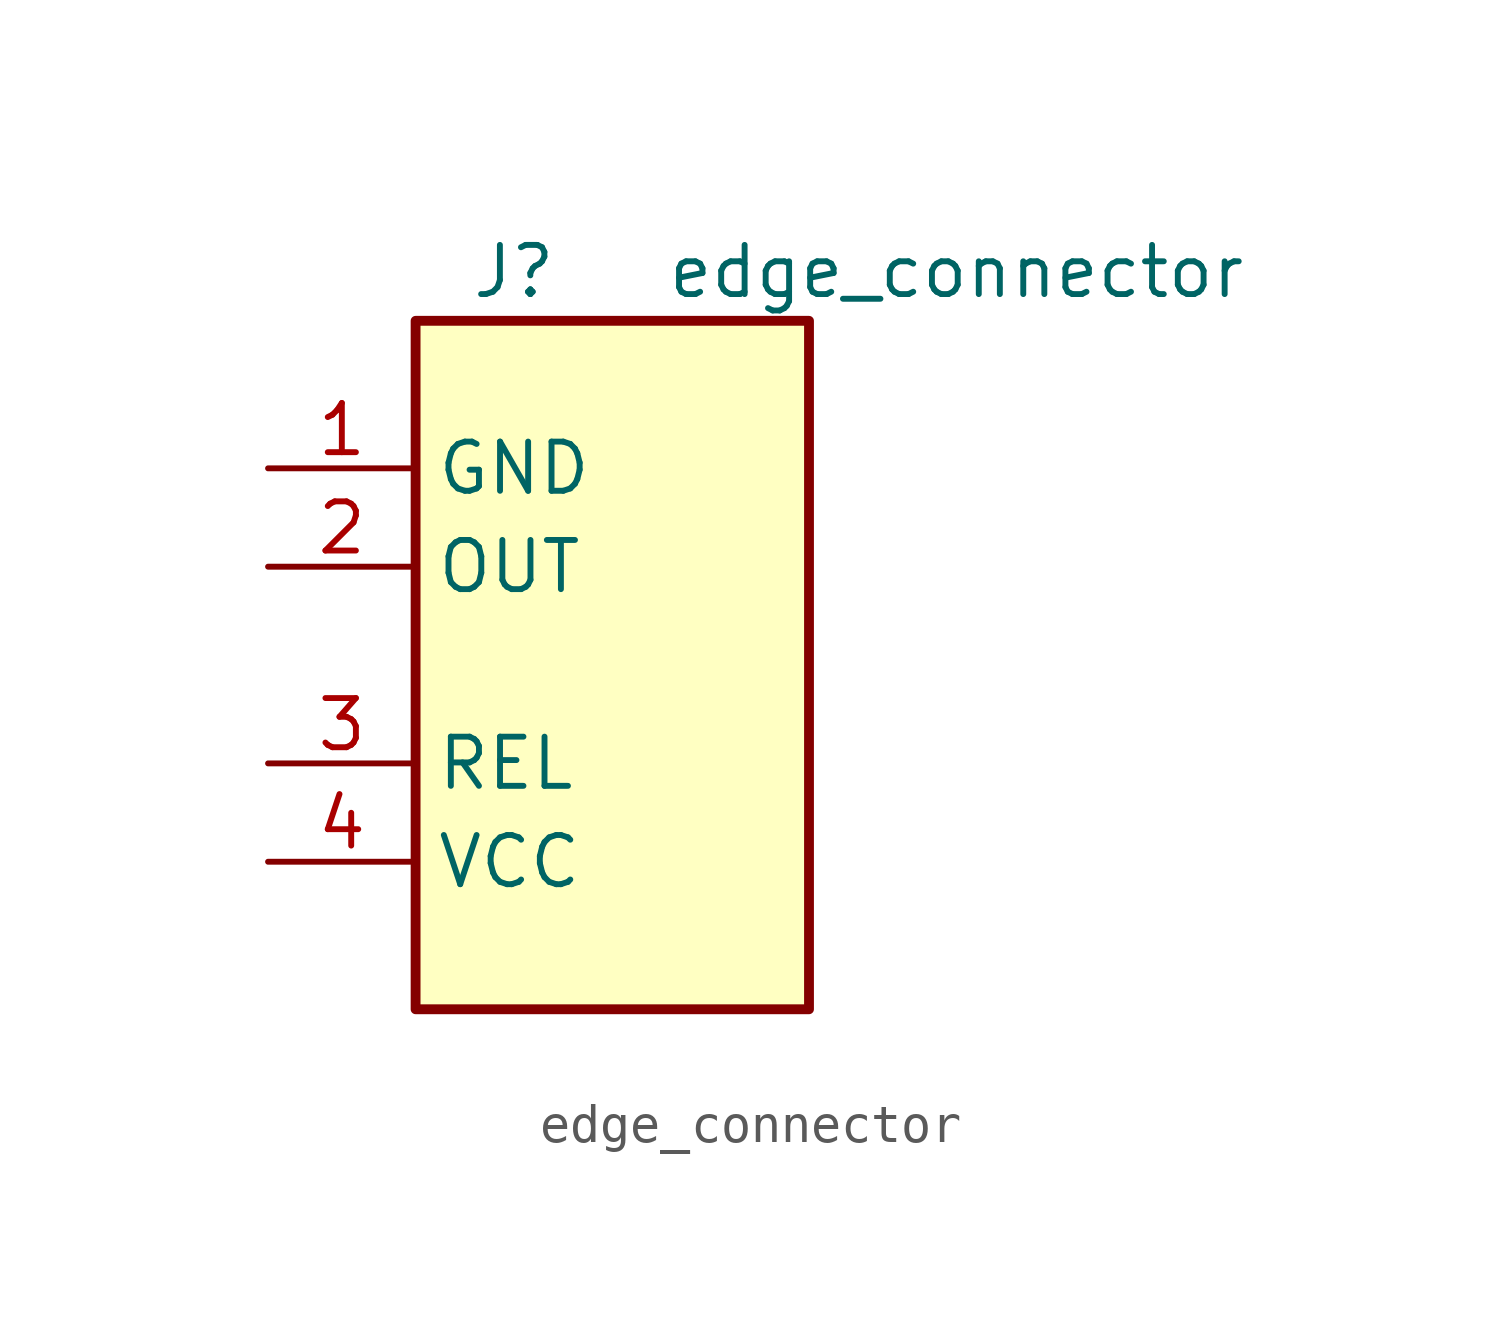
<source format=kicad_sym>
(kicad_symbol_lib
  (version 20211014)
  (generator kicad_symbol_editor)
  (symbol "edge_connector"
    (property "Reference" "J"
      (at -2.54 10.16 0)
      (effects (font (size 1.27 1.27))))
    (property "Value" "edge_connector"
      (at 8.89 10.16 0)
      (effects (font (size 1.27 1.27))))
    (symbol "edge_connector_0_1"
      (rectangle (start -5.08 8.89) (end 5.08 -8.89) (stroke (width 0.254) (type default) (color 0 0 0 0)) (fill (type background))))
    (symbol "edge_connector_1_1"
      (pin power_out line (at -8.89 5.08 0) (length 3.81) (name "GND" (effects (font (size 1.27 1.27)))) (number "1" (effects (font (size 1.27 1.27)))))
      (pin input line (at -8.89 2.54 0) (length 3.81) (name "OUT" (effects (font (size 1.27 1.27)))) (number "2" (effects (font (size 1.27 1.27)))))
      (pin output line (at -8.89 -2.54 0) (length 3.81) (name "REL" (effects (font (size 1.27 1.27)))) (number "3" (effects (font (size 1.27 1.27)))))
      (pin power_out line (at -8.89 -5.08 0) (length 3.81) (name "VCC" (effects (font (size 1.27 1.27)))) (number "4" (effects (font (size 1.27 1.27))))))))
</source>
